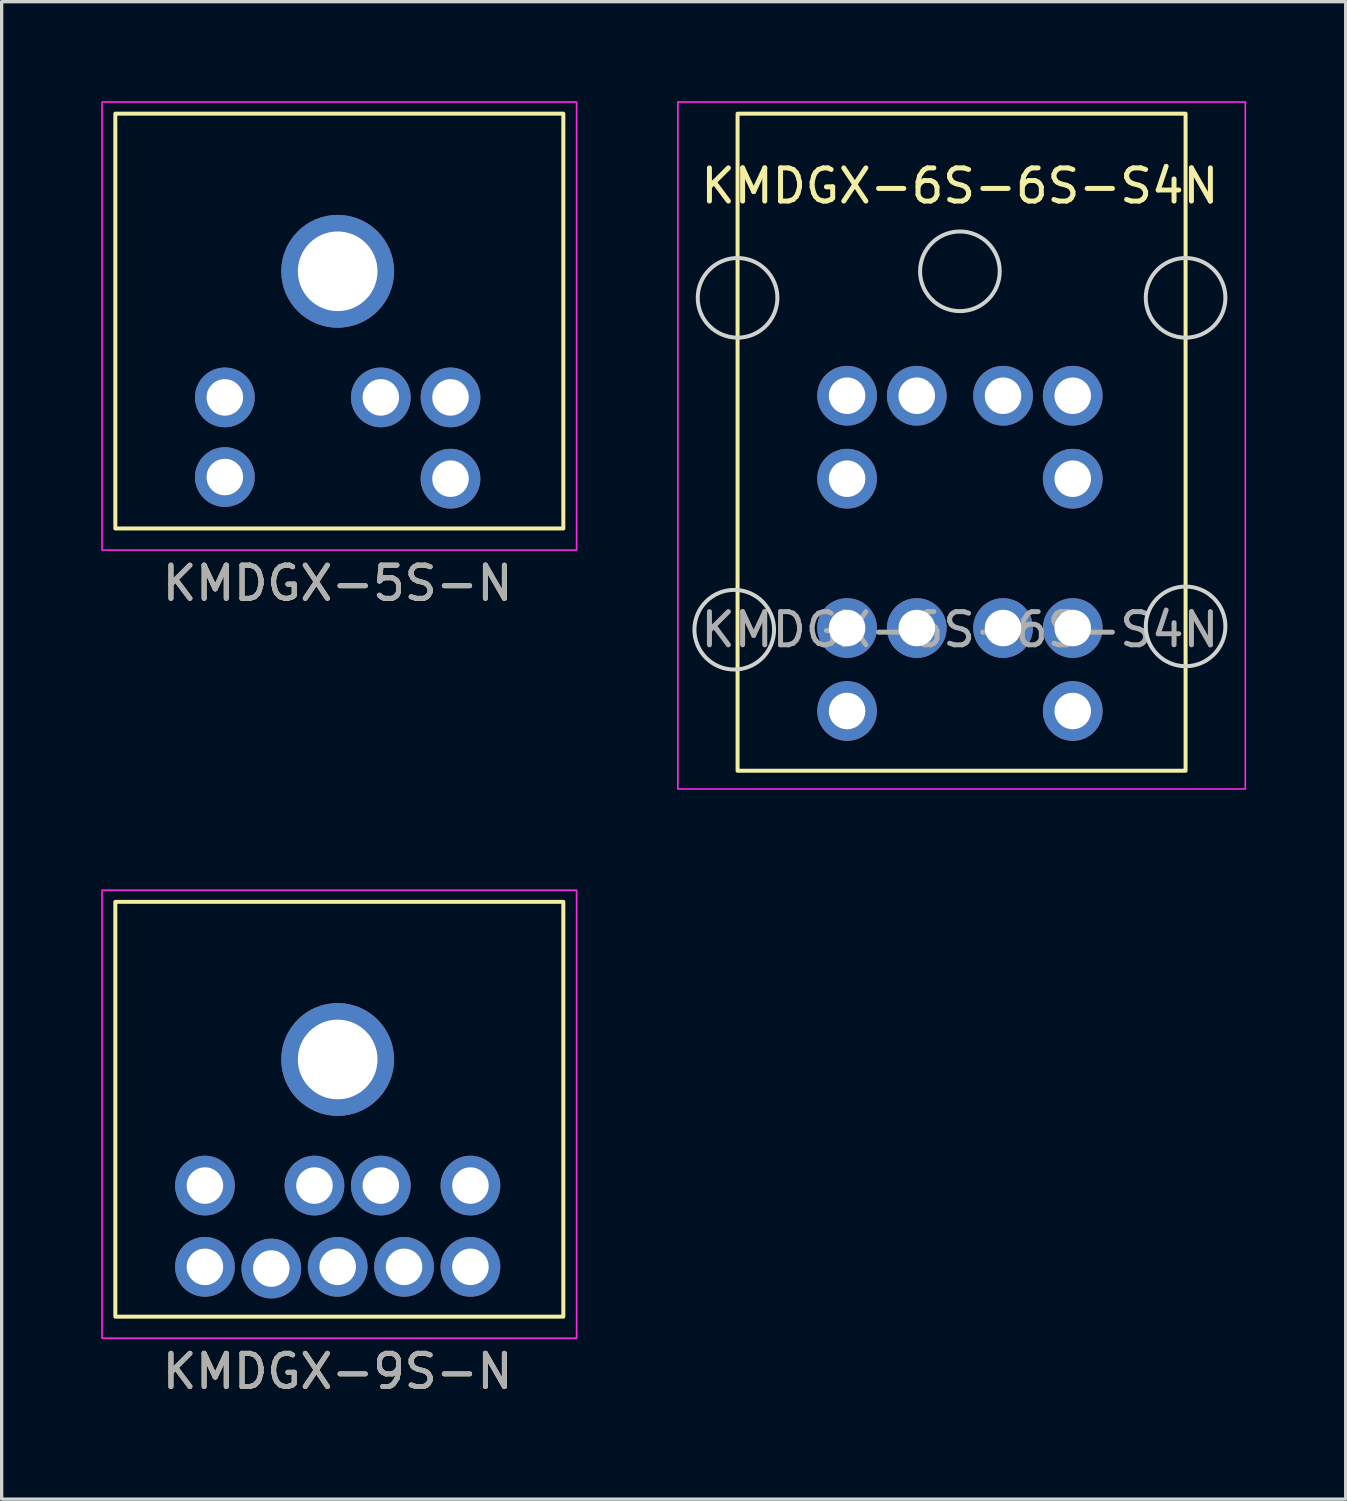
<source format=kicad_pcb>
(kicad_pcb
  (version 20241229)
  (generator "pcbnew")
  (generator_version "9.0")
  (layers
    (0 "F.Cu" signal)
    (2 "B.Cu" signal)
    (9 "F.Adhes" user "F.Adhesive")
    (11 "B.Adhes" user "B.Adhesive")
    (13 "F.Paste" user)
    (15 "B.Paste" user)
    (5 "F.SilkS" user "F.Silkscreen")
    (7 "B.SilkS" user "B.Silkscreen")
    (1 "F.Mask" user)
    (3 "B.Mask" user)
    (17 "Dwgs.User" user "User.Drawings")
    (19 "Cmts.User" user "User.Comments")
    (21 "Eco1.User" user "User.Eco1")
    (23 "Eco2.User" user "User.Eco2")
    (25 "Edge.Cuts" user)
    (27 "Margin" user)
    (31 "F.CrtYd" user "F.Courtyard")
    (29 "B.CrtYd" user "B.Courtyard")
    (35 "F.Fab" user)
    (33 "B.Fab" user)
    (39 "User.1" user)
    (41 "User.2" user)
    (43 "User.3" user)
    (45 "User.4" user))
  (footprint "KMDGX-6S-6S-S4N"
    (layer "F.Cu")
    (at 25.875 13.425)
    (property "Reference" "KMDGX-6S-6S-S4N" (at 0 -10.871 0) (unlocked yes) (layer "F.SilkS") (effects (font (size 1 1) (thickness 0.15))))
    (attr through_hole)
    (fp_rect (start -6.7 -13.05) (end 6.8 6.75) (stroke (width 0.12) (type default)) (fill no) (layer "F.SilkS"))
    (fp_circle (center -6.8 2.5) (end -5.6 2.5) (stroke (width 0.12) (type default)) (fill no) (layer "Edge.Cuts"))
    (fp_circle (center -6.7 -7.5) (end -5.5 -7.5) (stroke (width 0.12) (type default)) (fill no) (layer "Edge.Cuts"))
    (fp_circle (center 0 -8.3) (end 1.2 -8.3) (stroke (width 0.12) (type default)) (fill no) (layer "Edge.Cuts"))
    (fp_circle (center 6.8 -7.5) (end 8 -7.5) (stroke (width 0.12) (type default)) (fill no) (layer "Edge.Cuts"))
    (fp_circle (center 6.8 2.4) (end 8 2.4) (stroke (width 0.12) (type default)) (fill no) (layer "Edge.Cuts"))
    (fp_rect (start -8.5 -13.4) (end 8.6 7.3) (stroke (width 0.05) (type default)) (fill no) (layer "F.CrtYd"))
    (fp_text user "${REFERENCE}" (at 0 2.5 0) (unlocked yes) (layer "F.Fab") (effects (font (size 1 1) (thickness 0.15))))
    (pad "1" thru_hole circle (at 1.3 -4.55) (size 1.8 1.8) (drill 1.1) (layers "*.Cu" "*.Mask"))
    (pad "2" thru_hole circle (at -1.3 -4.55) (size 1.8 1.8) (drill 1.1) (layers "*.Cu" "*.Mask"))
    (pad "3" thru_hole circle (at 3.4 -4.55) (size 1.8 1.8) (drill 1.1) (layers "*.Cu" "*.Mask"))
    (pad "4" thru_hole circle (at -3.4 -4.55) (size 1.8 1.8) (drill 1.1) (layers "*.Cu" "*.Mask"))
    (pad "5" thru_hole circle (at 3.4 -2.05) (size 1.8 1.8) (drill 1.1) (layers "*.Cu" "*.Mask"))
    (pad "6" thru_hole circle (at -3.4 -2.05) (size 1.8 1.8) (drill 1.1) (layers "*.Cu" "*.Mask"))
    (pad "7" thru_hole circle (at 1.3 2.45) (size 1.8 1.8) (drill 1.1) (layers "*.Cu" "*.Mask"))
    (pad "8" thru_hole circle (at -1.3 2.45) (size 1.8 1.8) (drill 1.1) (layers "*.Cu" "*.Mask"))
    (pad "9" thru_hole circle (at 3.4 2.45) (size 1.8 1.8) (drill 1.1) (layers "*.Cu" "*.Mask"))
    (pad "10" thru_hole circle (at -3.4 2.45) (size 1.8 1.8) (drill 1.1) (layers "*.Cu" "*.Mask"))
    (pad "11" thru_hole circle (at 3.4 4.95) (size 1.8 1.8) (drill 1.1) (layers "*.Cu" "*.Mask"))
    (pad "12" thru_hole circle (at -3.4 4.95) (size 1.8 1.8) (drill 1.1) (layers "*.Cu" "*.Mask")))
  (footprint "KMDGX-5S-N"
    (layer "F.Cu")
    (at 7.125 11.725)
    (property "Reference" "KMDGX-5S-N" (at 0 2.8 0) (unlocked yes) (layer "F.SilkS") (effects (font (size 1 1) (thickness 0.15))))
    (attr through_hole)
    (fp_rect (start -6.7 -11.35) (end 6.8 1.15) (stroke (width 0.12) (type default)) (fill no) (layer "F.SilkS"))
    (fp_rect (start -7.1 -11.7) (end 7.2 1.8) (stroke (width 0.05) (type default)) (fill no) (layer "F.CrtYd"))
    (fp_text user "${REFERENCE}" (at 0 2.8 0) (unlocked yes) (layer "F.Fab") (effects (font (size 1 1) (thickness 0.15))))
    (pad "1" thru_hole circle (at 1.3 -2.8) (size 1.8 1.8) (drill 1.1) (layers "*.Cu" "*.Mask"))
    (pad "2" thru_hole circle (at 3.4 -2.8) (size 1.8 1.8) (drill 1.1) (layers "*.Cu" "*.Mask"))
    (pad "3" thru_hole circle (at -3.4 -2.8) (size 1.8 1.8) (drill 1.1) (layers "*.Cu" "*.Mask"))
    (pad "4" thru_hole circle (at 3.4 -0.351) (size 1.8 1.8) (drill 1.1) (layers "*.Cu" "*.Mask"))
    (pad "5" thru_hole circle (at -3.4 -0.4) (size 1.8 1.8) (drill 1.1) (layers "*.Cu" "*.Mask"))
    (pad "R" thru_hole circle (at 0 -6.6) (size 3.4 3.4) (drill 2.4) (layers "*.Cu" "*.Mask")))
  (footprint "KMDGX-9S-N"
    (layer "F.Cu")
    (at 7.125 35.475)
    (property "Reference" "KMDGX-9S-N" (at 0 2.8 0) (unlocked yes) (layer "F.SilkS") (effects (font (size 1 1) (thickness 0.15))))
    (attr through_hole)
    (fp_rect (start -6.7 -11.35) (end 6.8 1.15) (stroke (width 0.12) (type default)) (fill no) (layer "F.SilkS"))
    (fp_rect (start -7.1 -11.7) (end 7.2 1.8) (stroke (width 0.05) (type default)) (fill no) (layer "F.CrtYd"))
    (fp_text user "${REFERENCE}" (at 0 2.8 0) (unlocked yes) (layer "F.Fab") (effects (font (size 1 1) (thickness 0.15))))
    (pad "1" thru_hole circle (at 1.3 -2.8) (size 1.8 1.8) (drill 1.1) (layers "*.Cu" "*.Mask"))
    (pad "2" thru_hole circle (at -0.7 -2.8) (size 1.8 1.8) (drill 1.1) (layers "*.Cu" "*.Mask"))
    (pad "3" thru_hole circle (at 4 -2.8) (size 1.8 1.8) (drill 1.1) (layers "*.Cu" "*.Mask"))
    (pad "4" thru_hole circle (at -4 -2.8) (size 1.8 1.8) (drill 1.1) (layers "*.Cu" "*.Mask"))
    (pad "5" thru_hole circle (at 4 -0.351) (size 1.8 1.8) (drill 1.1) (layers "*.Cu" "*.Mask"))
    (pad "6" thru_hole circle (at 2 -0.351) (size 1.8 1.8) (drill 1.1) (layers "*.Cu" "*.Mask"))
    (pad "7" thru_hole circle (at 0 -0.351) (size 1.8 1.8) (drill 1.1) (layers "*.Cu" "*.Mask"))
    (pad "8" thru_hole circle (at -2 -0.3) (size 1.8 1.8) (drill 1.1) (layers "*.Cu" "*.Mask"))
    (pad "9" thru_hole circle (at -4 -0.351) (size 1.8 1.8) (drill 1.1) (layers "*.Cu" "*.Mask"))
    (pad "R" thru_hole circle (at 0 -6.6) (size 3.4 3.4) (drill 2.4) (layers "*.Cu" "*.Mask")))
  (gr_rect
    (start -3 -3)
    (end 37.5 42.123)
    (stroke (width 0.1) (type default))
    (fill no)
    (layer "Edge.Cuts")))
</source>
